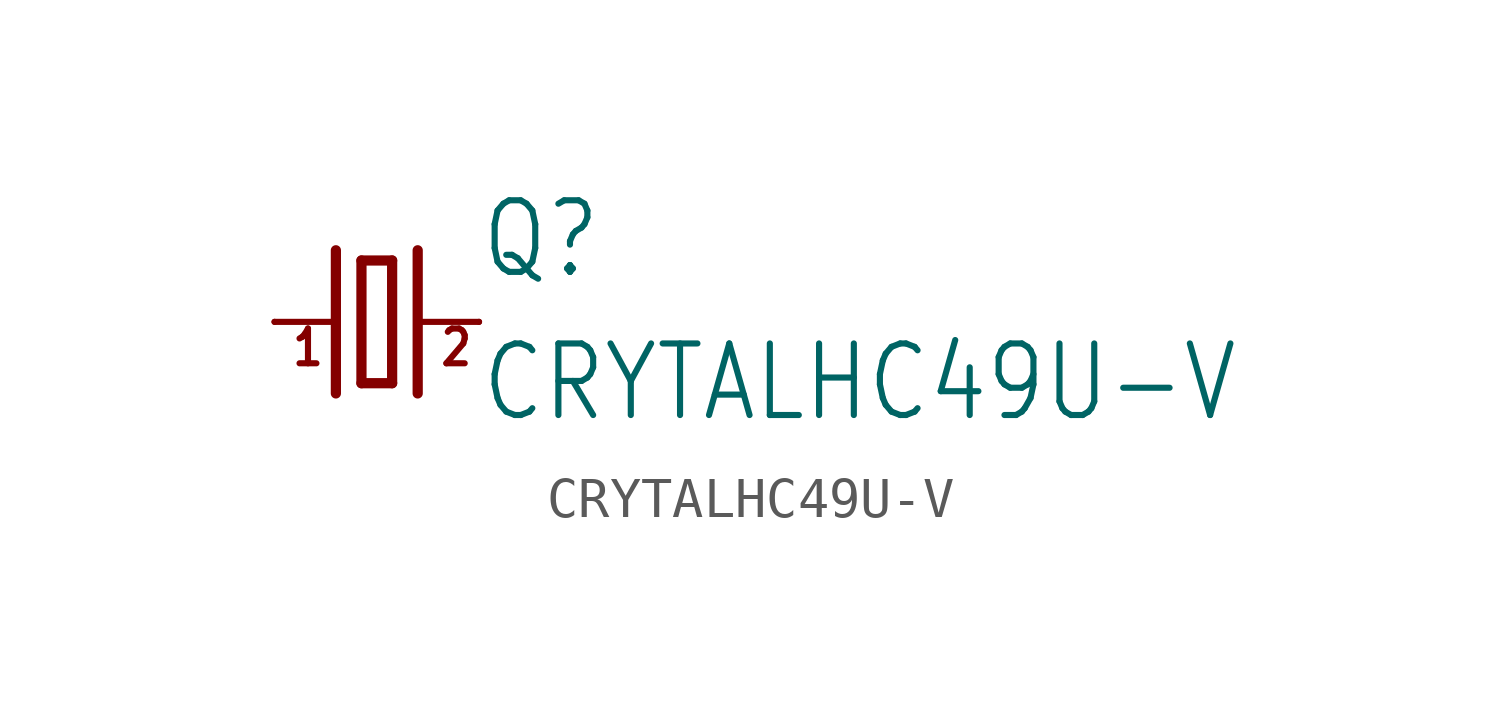
<source format=kicad_sym>
(kicad_symbol_lib
  (version 20211014)
  (generator kicad_symbol_editor)
  (symbol "CRYTALHC49U-V"
    (property "Reference" "Q"
      (at 2.54 1.016 0)
      (effects (font (size 1.778 1.511)) (justify left bottom)))
    (property "Value" "CRYTALHC49U-V"
      (at 2.54 -2.54 0)
      (effects (font (size 1.778 1.511)) (justify left bottom)))
    (property "ki_locked" ""
      (at 0 0 0)
      (effects (font (size 1.27 1.27))))
    (symbol "CRYTALHC49U-V_1_0"
      (polyline (pts (xy -2.54 0) (xy -1.016 0)) (stroke (width 0.152) (type default) (color 0 0 0 0)) (fill (type none)))
      (polyline (pts (xy -1.016 1.778) (xy -1.016 -1.778)) (stroke (width 0.254) (type default) (color 0 0 0 0)) (fill (type none)))
      (polyline (pts (xy -0.381 -1.524) (xy 0.381 -1.524)) (stroke (width 0.254) (type default) (color 0 0 0 0)) (fill (type none)))
      (polyline (pts (xy -0.381 1.524) (xy -0.381 -1.524)) (stroke (width 0.254) (type default) (color 0 0 0 0)) (fill (type none)))
      (polyline (pts (xy 0.381 -1.524) (xy 0.381 1.524)) (stroke (width 0.254) (type default) (color 0 0 0 0)) (fill (type none)))
      (polyline (pts (xy 0.381 1.524) (xy -0.381 1.524)) (stroke (width 0.254) (type default) (color 0 0 0 0)) (fill (type none)))
      (polyline (pts (xy 1.016 0) (xy 2.54 0)) (stroke (width 0.152) (type default) (color 0 0 0 0)) (fill (type none)))
      (polyline (pts (xy 1.016 1.778) (xy 1.016 -1.778)) (stroke (width 0.254) (type default) (color 0 0 0 0)) (fill (type none)))
      (text "1" (at -2.159 -1.143 0) (effects (font (size 0.864 0.734)) (justify left bottom)))
      (text "2" (at 1.524 -1.143 0) (effects (font (size 0.864 0.734)) (justify left bottom)))
      (pin passive line (at -2.54 0 0) (length 0) (name "1" (effects (font (size 0 0)))) (number "1" (effects (font (size 0 0)))))
      (pin passive line (at 2.54 0 180) (length 0) (name "2" (effects (font (size 0 0)))) (number "2" (effects (font (size 0 0))))))))
</source>
